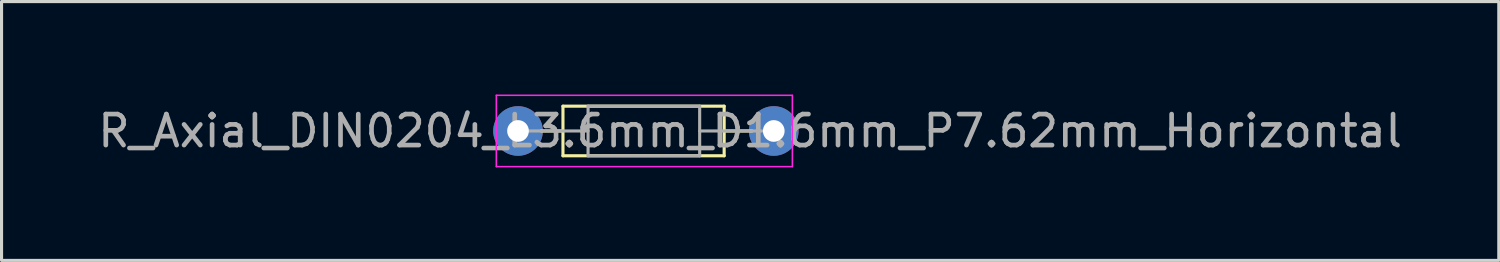
<source format=kicad_pcb>
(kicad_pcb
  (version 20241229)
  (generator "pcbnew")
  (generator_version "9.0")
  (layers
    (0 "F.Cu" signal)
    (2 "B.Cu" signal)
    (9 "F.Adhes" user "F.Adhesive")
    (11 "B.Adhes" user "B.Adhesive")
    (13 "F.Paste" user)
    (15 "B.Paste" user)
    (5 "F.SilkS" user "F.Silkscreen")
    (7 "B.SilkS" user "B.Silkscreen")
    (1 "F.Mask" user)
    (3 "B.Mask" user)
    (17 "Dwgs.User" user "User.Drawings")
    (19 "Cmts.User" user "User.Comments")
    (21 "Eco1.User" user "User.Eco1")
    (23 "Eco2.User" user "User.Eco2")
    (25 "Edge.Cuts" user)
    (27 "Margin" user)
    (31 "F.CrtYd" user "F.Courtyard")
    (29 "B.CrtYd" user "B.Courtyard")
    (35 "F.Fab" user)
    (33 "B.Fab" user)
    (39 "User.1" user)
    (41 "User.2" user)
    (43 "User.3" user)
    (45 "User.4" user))
  (footprint "R_Axial_DIN0204_L3.6mm_D1.6mm_P7.62mm_Horizontal"
    (layer "F.Cu")
    (at 13.91 1.175)
    (property "Reference" "R_Axial_DIN0204_L3.6mm_D1.6mm_P7.62mm_Horizontal" (at 7.239 0 0) (layer "F.Fab") (effects (font (size 1 1) (thickness 0.15))))
    (attr through_hole)
    (fp_line (start 1.2 -0.8) (end 6.4 -0.8) (stroke (width 0.1) (type solid)) (layer "F.SilkS"))
    (fp_line (start 1.2 0) (end 0.5 0) (stroke (width 0.1) (type solid)) (layer "F.SilkS"))
    (fp_line (start 1.2 0.8) (end 1.2 -0.8) (stroke (width 0.1) (type solid)) (layer "F.SilkS"))
    (fp_line (start 6.4 -0.8) (end 6.4 0.8) (stroke (width 0.1) (type solid)) (layer "F.SilkS"))
    (fp_line (start 6.4 0) (end 7.3 0) (stroke (width 0.1) (type solid)) (layer "F.SilkS"))
    (fp_line (start 6.4 0.8) (end 1.2 0.8) (stroke (width 0.1) (type solid)) (layer "F.SilkS"))
    (fp_line (start -0.95 -1.15) (end -0.95 1.15) (stroke (width 0.05) (type solid)) (layer "F.CrtYd"))
    (fp_line (start -0.95 1.15) (end 8.6 1.15) (stroke (width 0.05) (type solid)) (layer "F.CrtYd"))
    (fp_line (start 8.6 -1.15) (end -0.95 -1.15) (stroke (width 0.05) (type solid)) (layer "F.CrtYd"))
    (fp_line (start 8.6 1.15) (end 8.6 -1.15) (stroke (width 0.05) (type solid)) (layer "F.CrtYd"))
    (fp_line (start 0 0) (end 2.01 0) (stroke (width 0.1) (type solid)) (layer "F.Fab"))
    (fp_line (start 2.01 -0.8) (end 2.01 0.8) (stroke (width 0.1) (type solid)) (layer "F.Fab"))
    (fp_line (start 2.01 0.8) (end 5.61 0.8) (stroke (width 0.1) (type solid)) (layer "F.Fab"))
    (fp_line (start 5.61 -0.8) (end 2.01 -0.8) (stroke (width 0.1) (type solid)) (layer "F.Fab"))
    (fp_line (start 5.61 0.8) (end 5.61 -0.8) (stroke (width 0.1) (type solid)) (layer "F.Fab"))
    (fp_line (start 7.62 0) (end 5.61 0) (stroke (width 0.1) (type solid)) (layer "F.Fab"))
    (pad "1" thru_hole circle (at -0.25 0) (size 1.6 1.6) (drill 0.7) (layers "*.Cu" "*.Mask"))
    (pad "2" thru_hole circle (at 8 0) (size 1.6 1.6) (drill 0.7) (layers "*.Cu" "*.Mask")))
  (gr_rect
    (start -3 -3)
    (end 45.298 5.35)
    (stroke (width 0.1) (type default))
    (fill no)
    (layer "Edge.Cuts")))
</source>
